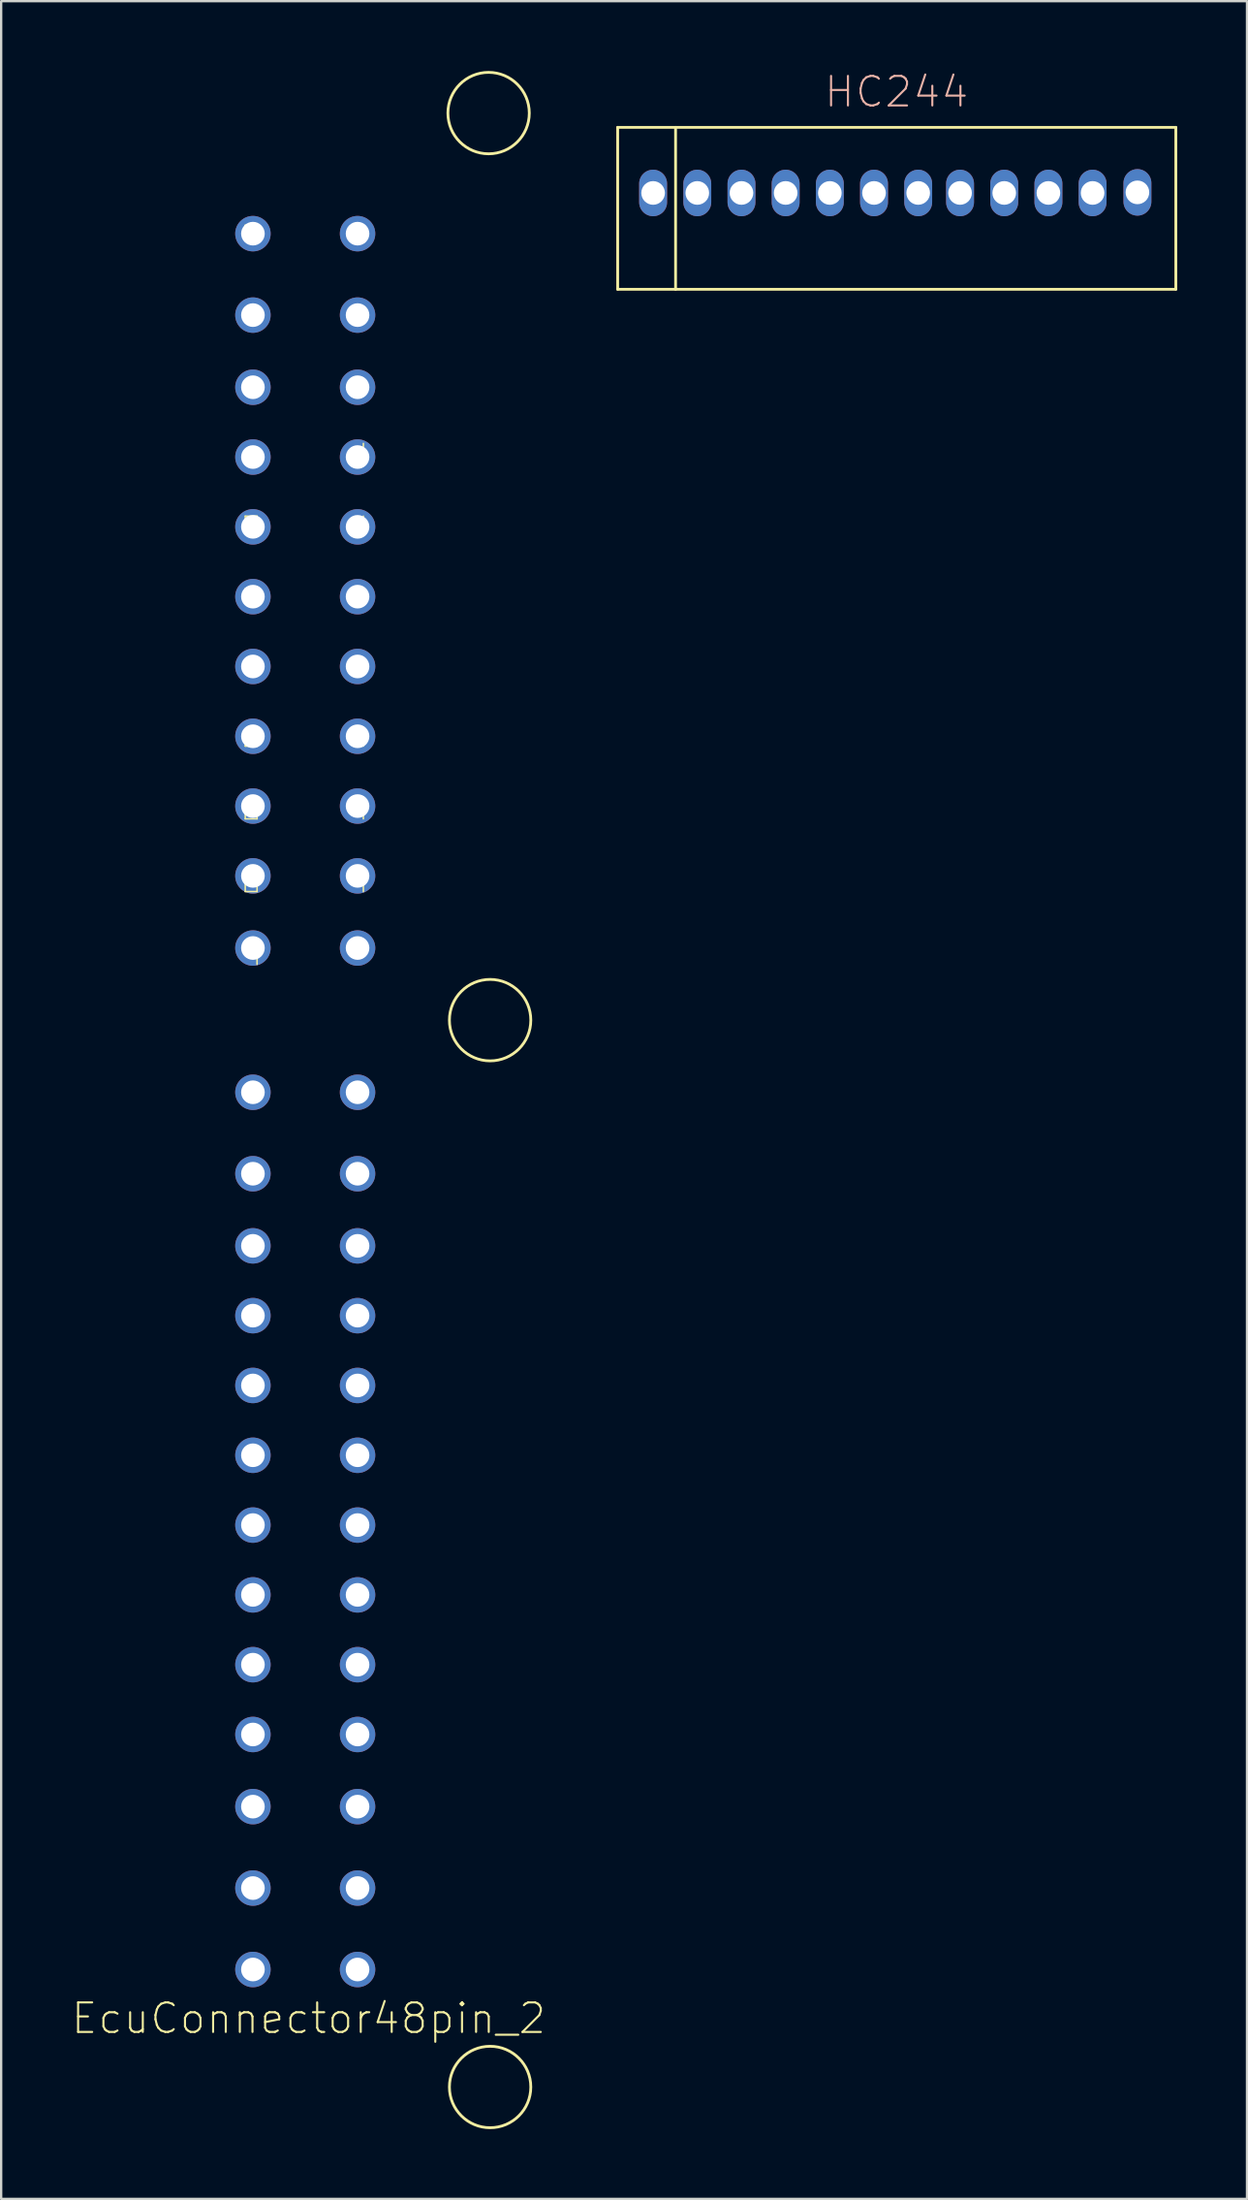
<source format=kicad_pcb>
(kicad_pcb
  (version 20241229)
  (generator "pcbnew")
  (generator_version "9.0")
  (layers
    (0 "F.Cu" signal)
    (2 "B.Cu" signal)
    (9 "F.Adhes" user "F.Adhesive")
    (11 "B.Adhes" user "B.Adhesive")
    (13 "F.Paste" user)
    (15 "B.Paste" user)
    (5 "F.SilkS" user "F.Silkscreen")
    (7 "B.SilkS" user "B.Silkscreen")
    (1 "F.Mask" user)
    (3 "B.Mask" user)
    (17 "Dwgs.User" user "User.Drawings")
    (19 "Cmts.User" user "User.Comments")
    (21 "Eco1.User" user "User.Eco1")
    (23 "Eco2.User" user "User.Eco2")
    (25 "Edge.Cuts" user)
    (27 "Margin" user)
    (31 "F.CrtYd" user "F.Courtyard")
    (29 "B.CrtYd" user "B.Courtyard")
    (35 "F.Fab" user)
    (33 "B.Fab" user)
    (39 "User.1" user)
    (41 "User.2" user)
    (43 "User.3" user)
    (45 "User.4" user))
  (footprint "EcuConnector48pin_2"
    (layer "F.Cu")
    (at 7.827 6.992)
    (property "Reference" "EcuConnector48pin_2" (at 2.4 76.7 180) (layer "F.SilkS") (effects (font (size 1.27 1.27) (thickness 0.089))))
    (attr exclude_from_pos_files exclude_from_bom)
    (fp_line (start -0.33 -0.36) (end 0.178 -0.36) (stroke (width 0.066) (type solid)) (layer "F.SilkS"))
    (fp_line (start -0.33 0.148) (end -0.33 -0.36) (stroke (width 0.066) (type solid)) (layer "F.SilkS"))
    (fp_line (start -0.33 0.148) (end 0.178 0.148) (stroke (width 0.066) (type solid)) (layer "F.SilkS"))
    (fp_line (start -0.33 3.273) (end 0.178 3.273) (stroke (width 0.066) (type solid)) (layer "F.SilkS"))
    (fp_line (start -0.33 12.14) (end 0.178 12.14) (stroke (width 0.066) (type solid)) (layer "F.SilkS"))
    (fp_line (start -0.33 12.648) (end -0.33 12.14) (stroke (width 0.066) (type solid)) (layer "F.SilkS"))
    (fp_line (start -0.33 12.648) (end 0.178 12.648) (stroke (width 0.066) (type solid)) (layer "F.SilkS"))
    (fp_line (start -0.33 15.265) (end 0.178 15.265) (stroke (width 0.066) (type solid)) (layer "F.SilkS"))
    (fp_line (start -0.33 15.773) (end -0.33 15.265) (stroke (width 0.066) (type solid)) (layer "F.SilkS"))
    (fp_line (start -0.33 15.773) (end 0.178 15.773) (stroke (width 0.066) (type solid)) (layer "F.SilkS"))
    (fp_line (start -0.33 18.39) (end 0.178 18.39) (stroke (width 0.066) (type solid)) (layer "F.SilkS"))
    (fp_line (start -0.33 18.898) (end -0.33 18.39) (stroke (width 0.066) (type solid)) (layer "F.SilkS"))
    (fp_line (start -0.33 18.898) (end 0.178 18.898) (stroke (width 0.066) (type solid)) (layer "F.SilkS"))
    (fp_line (start -0.33 21.515) (end 0.178 21.515) (stroke (width 0.066) (type solid)) (layer "F.SilkS"))
    (fp_line (start -0.33 22.023) (end -0.33 21.515) (stroke (width 0.066) (type solid)) (layer "F.SilkS"))
    (fp_line (start -0.33 22.023) (end 0.178 22.023) (stroke (width 0.066) (type solid)) (layer "F.SilkS"))
    (fp_line (start -0.33 24.64) (end 0.178 24.64) (stroke (width 0.066) (type solid)) (layer "F.SilkS"))
    (fp_line (start -0.33 25.148) (end -0.33 24.64) (stroke (width 0.066) (type solid)) (layer "F.SilkS"))
    (fp_line (start -0.33 25.148) (end 0.178 25.148) (stroke (width 0.066) (type solid)) (layer "F.SilkS"))
    (fp_line (start -0.33 27.765) (end 0.178 27.765) (stroke (width 0.066) (type solid)) (layer "F.SilkS"))
    (fp_line (start -0.33 28.273) (end -0.33 27.765) (stroke (width 0.066) (type solid)) (layer "F.SilkS"))
    (fp_line (start -0.33 28.273) (end 0.178 28.273) (stroke (width 0.066) (type solid)) (layer "F.SilkS"))
    (fp_line (start -0.33 30.89) (end 0.178 30.89) (stroke (width 0.066) (type solid)) (layer "F.SilkS"))
    (fp_line (start 0.178 0.148) (end 0.178 -0.36) (stroke (width 0.066) (type solid)) (layer "F.SilkS"))
    (fp_line (start 0.178 12.648) (end 0.178 12.14) (stroke (width 0.066) (type solid)) (layer "F.SilkS"))
    (fp_line (start 0.178 15.773) (end 0.178 15.265) (stroke (width 0.066) (type solid)) (layer "F.SilkS"))
    (fp_line (start 0.178 18.898) (end 0.178 18.39) (stroke (width 0.066) (type solid)) (layer "F.SilkS"))
    (fp_line (start 0.178 22.023) (end 0.178 21.515) (stroke (width 0.066) (type solid)) (layer "F.SilkS"))
    (fp_line (start 0.178 25.148) (end 0.178 24.64) (stroke (width 0.066) (type solid)) (layer "F.SilkS"))
    (fp_line (start 0.178 28.273) (end 0.178 27.765) (stroke (width 0.066) (type solid)) (layer "F.SilkS"))
    (fp_line (start 0.178 31.398) (end 0.178 30.89) (stroke (width 0.066) (type solid)) (layer "F.SilkS"))
    (fp_line (start 4.75 0.148) (end 4.75 -0.36) (stroke (width 0.066) (type solid)) (layer "F.SilkS"))
    (fp_line (start 4.75 9.523) (end 4.75 9.015) (stroke (width 0.066) (type solid)) (layer "F.SilkS"))
    (fp_line (start 4.75 12.648) (end 4.75 12.14) (stroke (width 0.066) (type solid)) (layer "F.SilkS"))
    (fp_line (start 4.75 15.773) (end 4.75 15.265) (stroke (width 0.066) (type solid)) (layer "F.SilkS"))
    (fp_line (start 4.75 18.898) (end 4.75 18.39) (stroke (width 0.066) (type solid)) (layer "F.SilkS"))
    (fp_line (start 4.75 22.023) (end 4.75 21.515) (stroke (width 0.066) (type solid)) (layer "F.SilkS"))
    (fp_line (start 4.75 25.148) (end 4.75 24.64) (stroke (width 0.066) (type solid)) (layer "F.SilkS"))
    (fp_line (start 4.75 28.273) (end 4.75 27.765) (stroke (width 0.066) (type solid)) (layer "F.SilkS"))
    (fp_circle (center 10.135 -5.182) (end 11.885 -5.182) (stroke (width 0.12) (type solid)) (fill no) (layer "F.SilkS"))
    (fp_circle (center 10.2 33.8) (end 11.95 33.8) (stroke (width 0.12) (type solid)) (fill no) (layer "F.SilkS"))
    (fp_circle (center 10.2 79.65) (end 11.95 79.65) (stroke (width 0.12) (type solid)) (fill no) (layer "F.SilkS"))
    (pad "2A" thru_hole circle (at 0 36.9 270) (size 1.524 1.524) (drill 1.016) (layers "*.Cu" "*.Mask"))
    (pad "2B" thru_hole circle (at 4.5 36.9 270) (size 1.524 1.524) (drill 1.016) (layers "*.Cu" "*.Mask"))
    (pad "2C" thru_hole circle (at 0 40.4 270) (size 1.524 1.524) (drill 1.016) (layers "*.Cu" "*.Mask"))
    (pad "2D" thru_hole circle (at 4.5 40.4 270) (size 1.524 1.524) (drill 1.016) (layers "*.Cu" "*.Mask"))
    (pad "2E" thru_hole circle (at 0 43.5 270) (size 1.524 1.524) (drill 1.016) (layers "*.Cu" "*.Mask"))
    (pad "2F" thru_hole circle (at 4.5 43.5 270) (size 1.524 1.524) (drill 1.016) (layers "*.Cu" "*.Mask"))
    (pad "2G" thru_hole circle (at 0 46.5 270) (size 1.524 1.524) (drill 1.016) (layers "*.Cu" "*.Mask"))
    (pad "2H" thru_hole circle (at 4.5 46.5 270) (size 1.524 1.524) (drill 1.016) (layers "*.Cu" "*.Mask"))
    (pad "2I" thru_hole circle (at 0 49.5 270) (size 1.524 1.524) (drill 1.016) (layers "*.Cu" "*.Mask"))
    (pad "2J" thru_hole circle (at 4.5 49.5 270) (size 1.524 1.524) (drill 1.016) (layers "*.Cu" "*.Mask"))
    (pad "2K" thru_hole circle (at 0 52.5 270) (size 1.524 1.524) (drill 1.016) (layers "*.Cu" "*.Mask"))
    (pad "2L" thru_hole circle (at 4.5 52.5 270) (size 1.524 1.524) (drill 1.016) (layers "*.Cu" "*.Mask"))
    (pad "2M" thru_hole circle (at 0 55.5 270) (size 1.524 1.524) (drill 1.016) (layers "*.Cu" "*.Mask"))
    (pad "2N" thru_hole circle (at 4.5 55.5 270) (size 1.524 1.524) (drill 1.016) (layers "*.Cu" "*.Mask"))
    (pad "2O" thru_hole circle (at 0 58.5 270) (size 1.524 1.524) (drill 1.016) (layers "*.Cu" "*.Mask"))
    (pad "2P" thru_hole circle (at 4.5 58.5 270) (size 1.524 1.524) (drill 1.016) (layers "*.Cu" "*.Mask"))
    (pad "2Q" thru_hole circle (at 0 61.5 270) (size 1.524 1.524) (drill 1.016) (layers "*.Cu" "*.Mask"))
    (pad "2R" thru_hole circle (at 4.5 61.5 270) (size 1.524 1.524) (drill 1.016) (layers "*.Cu" "*.Mask"))
    (pad "2S" thru_hole circle (at 0 64.5 270) (size 1.524 1.524) (drill 1.016) (layers "*.Cu" "*.Mask"))
    (pad "2T" thru_hole circle (at 4.5 64.5 270) (size 1.524 1.524) (drill 1.016) (layers "*.Cu" "*.Mask"))
    (pad "2U" thru_hole circle (at 0 67.6 270) (size 1.524 1.524) (drill 1.016) (layers "*.Cu" "*.Mask"))
    (pad "2V" thru_hole circle (at 4.5 67.6 270) (size 1.524 1.524) (drill 1.016) (layers "*.Cu" "*.Mask"))
    (pad "2W" thru_hole circle (at 0 71.1 270) (size 1.524 1.524) (drill 1.016) (layers "*.Cu" "*.Mask"))
    (pad "2X" thru_hole circle (at 4.5 71.1 270) (size 1.524 1.524) (drill 1.016) (layers "*.Cu" "*.Mask"))
    (pad "2Y" thru_hole circle (at 0 74.6 270) (size 1.524 1.524) (drill 1.016) (layers "*.Cu" "*.Mask"))
    (pad "2Z" thru_hole circle (at 4.5 74.6 270) (size 1.524 1.524) (drill 1.016) (layers "*.Cu" "*.Mask"))
    (pad "A" thru_hole circle (at 0 0 270) (size 1.524 1.524) (drill 1.016) (layers "*.Cu" "*.Mask"))
    (pad "B" thru_hole circle (at 4.5 0 270) (size 1.524 1.524) (drill 1.016) (layers "*.Cu" "*.Mask"))
    (pad "C" thru_hole circle (at 0 3.5 270) (size 1.524 1.524) (drill 1.016) (layers "*.Cu" "*.Mask"))
    (pad "D" thru_hole circle (at 4.5 3.5 270) (size 1.524 1.524) (drill 1.016) (layers "*.Cu" "*.Mask"))
    (pad "E" thru_hole circle (at 0 6.6 270) (size 1.524 1.524) (drill 1.016) (layers "*.Cu" "*.Mask"))
    (pad "F" thru_hole circle (at 4.5 6.6 270) (size 1.524 1.524) (drill 1.016) (layers "*.Cu" "*.Mask"))
    (pad "G" thru_hole circle (at 0 9.6 270) (size 1.524 1.524) (drill 1.016) (layers "*.Cu" "*.Mask"))
    (pad "H" thru_hole circle (at 4.5 9.6 270) (size 1.524 1.524) (drill 1.016) (layers "*.Cu" "*.Mask"))
    (pad "I" thru_hole circle (at 0 12.6 270) (size 1.524 1.524) (drill 1.016) (layers "*.Cu" "*.Mask"))
    (pad "J" thru_hole circle (at 4.5 12.6 270) (size 1.524 1.524) (drill 1.016) (layers "*.Cu" "*.Mask"))
    (pad "K" thru_hole circle (at 0 15.6 270) (size 1.524 1.524) (drill 1.016) (layers "*.Cu" "*.Mask"))
    (pad "L" thru_hole circle (at 4.5 15.6 270) (size 1.524 1.524) (drill 1.016) (layers "*.Cu" "*.Mask"))
    (pad "M" thru_hole circle (at 0 18.6 270) (size 1.524 1.524) (drill 1.016) (layers "*.Cu" "*.Mask"))
    (pad "N" thru_hole circle (at 4.5 18.6 270) (size 1.524 1.524) (drill 1.016) (layers "*.Cu" "*.Mask"))
    (pad "O" thru_hole circle (at 0 21.6 270) (size 1.524 1.524) (drill 1.016) (layers "*.Cu" "*.Mask"))
    (pad "P" thru_hole circle (at 4.5 21.6 270) (size 1.524 1.524) (drill 1.016) (layers "*.Cu" "*.Mask"))
    (pad "Q" thru_hole circle (at 0 24.6 270) (size 1.524 1.524) (drill 1.016) (layers "*.Cu" "*.Mask"))
    (pad "R" thru_hole circle (at 4.5 24.6 270) (size 1.524 1.524) (drill 1.016) (layers "*.Cu" "*.Mask"))
    (pad "S" thru_hole circle (at 0 27.6 270) (size 1.524 1.524) (drill 1.016) (layers "*.Cu" "*.Mask"))
    (pad "T" thru_hole circle (at 4.5 27.6 270) (size 1.524 1.524) (drill 1.016) (layers "*.Cu" "*.Mask"))
    (pad "U" thru_hole circle (at 0 30.7 270) (size 1.524 1.524) (drill 1.016) (layers "*.Cu" "*.Mask"))
    (pad "V" thru_hole circle (at 4.5 30.7 270) (size 1.524 1.524) (drill 1.016) (layers "*.Cu" "*.Mask")))
  (footprint "HC244"
    (layer "F.Cu")
    (at 35.426 5.725)
    (property "Reference" "HC244" (at 0.076 -4.826 0) (layer "B.SilkS") (effects (font (size 1.27 1.27) (thickness 0.089))))
    (attr exclude_from_pos_files exclude_from_bom)
    (fp_line (start -11.913 -3.302) (end 12.09 -3.302) (stroke (width 0.12) (type solid)) (layer "F.SilkS"))
    (fp_line (start -11.913 3.658) (end -11.913 -3.302) (stroke (width 0.12) (type solid)) (layer "F.SilkS"))
    (fp_line (start -11.913 3.658) (end 12.09 3.658) (stroke (width 0.12) (type solid)) (layer "F.SilkS"))
    (fp_line (start -9.423 3.658) (end -9.423 -3.302) (stroke (width 0.12) (type solid)) (layer "F.SilkS"))
    (fp_line (start 12.09 3.658) (end 12.09 -3.302) (stroke (width 0.12) (type solid)) (layer "F.SilkS"))
    (pad "1" thru_hole oval (at 10.439 -0.508) (size 1.2 2) (drill 1.016) (layers "*.Cu" "*.Mask"))
    (pad "2" thru_hole oval (at 8.511 -0.483) (size 1.2 2) (drill 1.016) (layers "*.Cu" "*.Mask"))
    (pad "3" thru_hole oval (at 6.611 -0.483) (size 1.2 2) (drill 1.016) (layers "*.Cu" "*.Mask"))
    (pad "4" thru_hole oval (at 4.711 -0.483) (size 1.2 2) (drill 1.016) (layers "*.Cu" "*.Mask"))
    (pad "5" thru_hole oval (at 2.811 -0.483) (size 1.2 2) (drill 1.016) (layers "*.Cu" "*.Mask"))
    (pad "6" thru_hole oval (at 1.011 -0.483) (size 1.2 2) (drill 1.016) (layers "*.Cu" "*.Mask"))
    (pad "7" thru_hole oval (at -0.889 -0.483) (size 1.2 2) (drill 1.016) (layers "*.Cu" "*.Mask"))
    (pad "8" thru_hole oval (at -2.789 -0.483) (size 1.2 2) (drill 1.016) (layers "*.Cu" "*.Mask"))
    (pad "9" thru_hole oval (at -4.689 -0.483) (size 1.2 2) (drill 1.016) (layers "*.Cu" "*.Mask"))
    (pad "10" thru_hole oval (at -6.589 -0.483) (size 1.2 2) (drill 1.016) (layers "*.Cu" "*.Mask"))
    (pad "11" thru_hole oval (at -8.489 -0.483) (size 1.2 2) (drill 1.016) (layers "*.Cu" "*.Mask"))
    (pad "12" thru_hole oval (at -10.389 -0.483) (size 1.2 2) (drill 1.016) (layers "*.Cu" "*.Mask")))
  (gr_rect
    (start -3 -3)
    (end 50.577 91.452)
    (stroke (width 0.1) (type default))
    (fill no)
    (layer "Edge.Cuts")))
</source>
